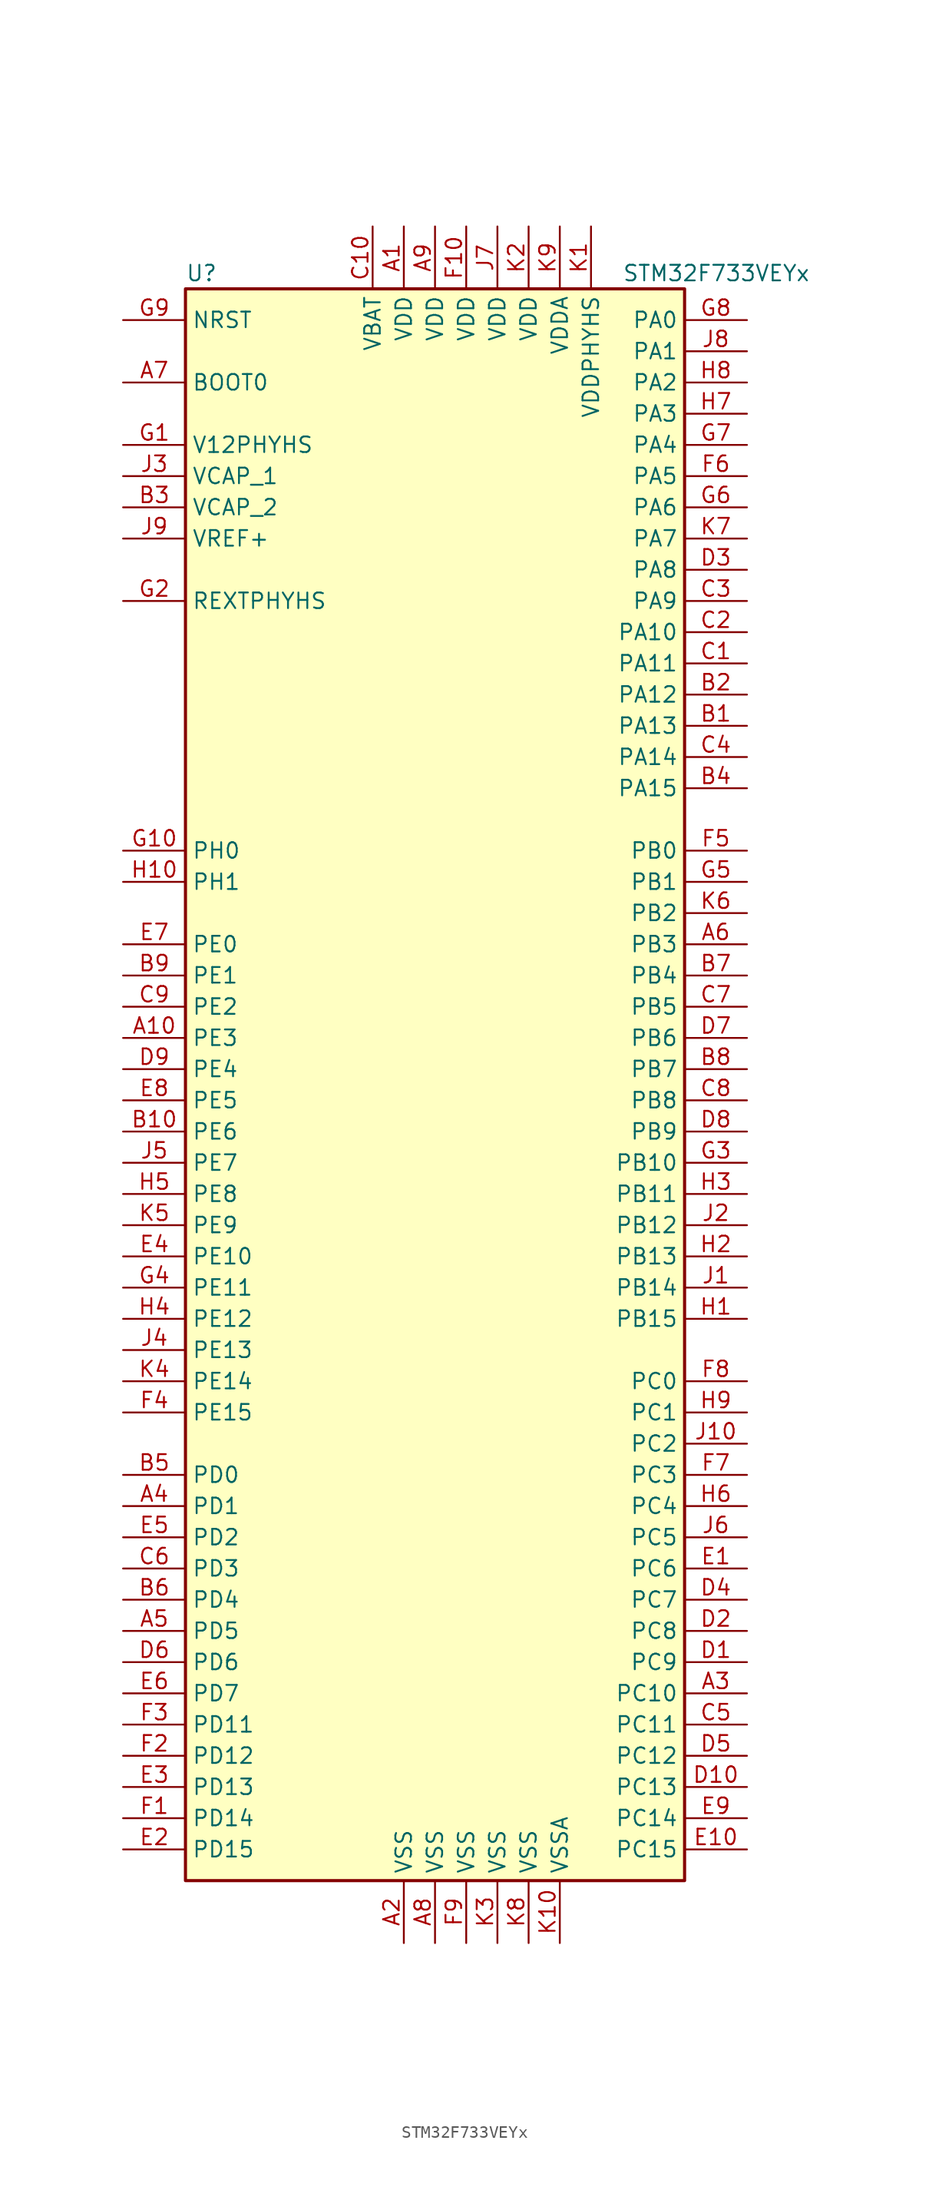
<source format=kicad_sym>
(kicad_symbol_lib
  (version 20211014)
  (generator kicad_symbol_editor)
  (symbol "STM32F733VEYx"
    (property "Reference" "U"
      (at -20.32 64.77 0)
      (effects (font (size 1.27 1.27)) (justify left)))
    (property "Value" "STM32F733VEYx"
      (at 15.24 64.77 0)
      (effects (font (size 1.27 1.27)) (justify left)))
    (symbol "STM32F733VEYx_0_1"
      (rectangle (start -20.32 -66.04) (end 20.32 63.5) (stroke (width 0.254) (type default) (color 0 0 0 0)) (fill (type background))))
    (symbol "STM32F733VEYx_1_1"
      (pin power_in line (at -2.54 68.58 270) (length 5.08) (name "VDD" (effects (font (size 1.27 1.27)))) (number "A1" (effects (font (size 1.27 1.27)))))
      (pin bidirectional line (at -25.4 2.54 0) (length 5.08) (name "PE3" (effects (font (size 1.27 1.27)))) (number "A10" (effects (font (size 1.27 1.27)))))
      (pin power_in line (at -2.54 -71.12 90) (length 5.08) (name "VSS" (effects (font (size 1.27 1.27)))) (number "A2" (effects (font (size 1.27 1.27)))))
      (pin bidirectional line (at 25.4 -50.8 180) (length 5.08) (name "PC10" (effects (font (size 1.27 1.27)))) (number "A3" (effects (font (size 1.27 1.27)))))
      (pin bidirectional line (at -25.4 -35.56 0) (length 5.08) (name "PD1" (effects (font (size 1.27 1.27)))) (number "A4" (effects (font (size 1.27 1.27)))))
      (pin bidirectional line (at -25.4 -45.72 0) (length 5.08) (name "PD5" (effects (font (size 1.27 1.27)))) (number "A5" (effects (font (size 1.27 1.27)))))
      (pin bidirectional line (at 25.4 10.16 180) (length 5.08) (name "PB3" (effects (font (size 1.27 1.27)))) (number "A6" (effects (font (size 1.27 1.27)))))
      (pin input line (at -25.4 55.88 0) (length 5.08) (name "BOOT0" (effects (font (size 1.27 1.27)))) (number "A7" (effects (font (size 1.27 1.27)))))
      (pin power_in line (at 0 -71.12 90) (length 5.08) (name "VSS" (effects (font (size 1.27 1.27)))) (number "A8" (effects (font (size 1.27 1.27)))))
      (pin power_in line (at 0 68.58 270) (length 5.08) (name "VDD" (effects (font (size 1.27 1.27)))) (number "A9" (effects (font (size 1.27 1.27)))))
      (pin bidirectional line (at 25.4 27.94 180) (length 5.08) (name "PA13" (effects (font (size 1.27 1.27)))) (number "B1" (effects (font (size 1.27 1.27)))))
      (pin bidirectional line (at -25.4 -5.08 0) (length 5.08) (name "PE6" (effects (font (size 1.27 1.27)))) (number "B10" (effects (font (size 1.27 1.27)))))
      (pin bidirectional line (at 25.4 30.48 180) (length 5.08) (name "PA12" (effects (font (size 1.27 1.27)))) (number "B2" (effects (font (size 1.27 1.27)))))
      (pin power_in line (at -25.4 45.72 0) (length 5.08) (name "VCAP_2" (effects (font (size 1.27 1.27)))) (number "B3" (effects (font (size 1.27 1.27)))))
      (pin bidirectional line (at 25.4 22.86 180) (length 5.08) (name "PA15" (effects (font (size 1.27 1.27)))) (number "B4" (effects (font (size 1.27 1.27)))))
      (pin bidirectional line (at -25.4 -33.02 0) (length 5.08) (name "PD0" (effects (font (size 1.27 1.27)))) (number "B5" (effects (font (size 1.27 1.27)))))
      (pin bidirectional line (at -25.4 -43.18 0) (length 5.08) (name "PD4" (effects (font (size 1.27 1.27)))) (number "B6" (effects (font (size 1.27 1.27)))))
      (pin bidirectional line (at 25.4 7.62 180) (length 5.08) (name "PB4" (effects (font (size 1.27 1.27)))) (number "B7" (effects (font (size 1.27 1.27)))))
      (pin bidirectional line (at 25.4 0 180) (length 5.08) (name "PB7" (effects (font (size 1.27 1.27)))) (number "B8" (effects (font (size 1.27 1.27)))))
      (pin bidirectional line (at -25.4 7.62 0) (length 5.08) (name "PE1" (effects (font (size 1.27 1.27)))) (number "B9" (effects (font (size 1.27 1.27)))))
      (pin bidirectional line (at 25.4 33.02 180) (length 5.08) (name "PA11" (effects (font (size 1.27 1.27)))) (number "C1" (effects (font (size 1.27 1.27)))))
      (pin power_in line (at -5.08 68.58 270) (length 5.08) (name "VBAT" (effects (font (size 1.27 1.27)))) (number "C10" (effects (font (size 1.27 1.27)))))
      (pin bidirectional line (at 25.4 35.56 180) (length 5.08) (name "PA10" (effects (font (size 1.27 1.27)))) (number "C2" (effects (font (size 1.27 1.27)))))
      (pin bidirectional line (at 25.4 38.1 180) (length 5.08) (name "PA9" (effects (font (size 1.27 1.27)))) (number "C3" (effects (font (size 1.27 1.27)))))
      (pin bidirectional line (at 25.4 25.4 180) (length 5.08) (name "PA14" (effects (font (size 1.27 1.27)))) (number "C4" (effects (font (size 1.27 1.27)))))
      (pin bidirectional line (at 25.4 -53.34 180) (length 5.08) (name "PC11" (effects (font (size 1.27 1.27)))) (number "C5" (effects (font (size 1.27 1.27)))))
      (pin bidirectional line (at -25.4 -40.64 0) (length 5.08) (name "PD3" (effects (font (size 1.27 1.27)))) (number "C6" (effects (font (size 1.27 1.27)))))
      (pin bidirectional line (at 25.4 5.08 180) (length 5.08) (name "PB5" (effects (font (size 1.27 1.27)))) (number "C7" (effects (font (size 1.27 1.27)))))
      (pin bidirectional line (at 25.4 -2.54 180) (length 5.08) (name "PB8" (effects (font (size 1.27 1.27)))) (number "C8" (effects (font (size 1.27 1.27)))))
      (pin bidirectional line (at -25.4 5.08 0) (length 5.08) (name "PE2" (effects (font (size 1.27 1.27)))) (number "C9" (effects (font (size 1.27 1.27)))))
      (pin bidirectional line (at 25.4 -48.26 180) (length 5.08) (name "PC9" (effects (font (size 1.27 1.27)))) (number "D1" (effects (font (size 1.27 1.27)))))
      (pin bidirectional line (at 25.4 -58.42 180) (length 5.08) (name "PC13" (effects (font (size 1.27 1.27)))) (number "D10" (effects (font (size 1.27 1.27)))))
      (pin bidirectional line (at 25.4 -45.72 180) (length 5.08) (name "PC8" (effects (font (size 1.27 1.27)))) (number "D2" (effects (font (size 1.27 1.27)))))
      (pin bidirectional line (at 25.4 40.64 180) (length 5.08) (name "PA8" (effects (font (size 1.27 1.27)))) (number "D3" (effects (font (size 1.27 1.27)))))
      (pin bidirectional line (at 25.4 -43.18 180) (length 5.08) (name "PC7" (effects (font (size 1.27 1.27)))) (number "D4" (effects (font (size 1.27 1.27)))))
      (pin bidirectional line (at 25.4 -55.88 180) (length 5.08) (name "PC12" (effects (font (size 1.27 1.27)))) (number "D5" (effects (font (size 1.27 1.27)))))
      (pin bidirectional line (at -25.4 -48.26 0) (length 5.08) (name "PD6" (effects (font (size 1.27 1.27)))) (number "D6" (effects (font (size 1.27 1.27)))))
      (pin bidirectional line (at 25.4 2.54 180) (length 5.08) (name "PB6" (effects (font (size 1.27 1.27)))) (number "D7" (effects (font (size 1.27 1.27)))))
      (pin bidirectional line (at 25.4 -5.08 180) (length 5.08) (name "PB9" (effects (font (size 1.27 1.27)))) (number "D8" (effects (font (size 1.27 1.27)))))
      (pin bidirectional line (at -25.4 0 0) (length 5.08) (name "PE4" (effects (font (size 1.27 1.27)))) (number "D9" (effects (font (size 1.27 1.27)))))
      (pin bidirectional line (at 25.4 -40.64 180) (length 5.08) (name "PC6" (effects (font (size 1.27 1.27)))) (number "E1" (effects (font (size 1.27 1.27)))))
      (pin bidirectional line (at 25.4 -63.5 180) (length 5.08) (name "PC15" (effects (font (size 1.27 1.27)))) (number "E10" (effects (font (size 1.27 1.27)))))
      (pin bidirectional line (at -25.4 -63.5 0) (length 5.08) (name "PD15" (effects (font (size 1.27 1.27)))) (number "E2" (effects (font (size 1.27 1.27)))))
      (pin bidirectional line (at -25.4 -58.42 0) (length 5.08) (name "PD13" (effects (font (size 1.27 1.27)))) (number "E3" (effects (font (size 1.27 1.27)))))
      (pin bidirectional line (at -25.4 -15.24 0) (length 5.08) (name "PE10" (effects (font (size 1.27 1.27)))) (number "E4" (effects (font (size 1.27 1.27)))))
      (pin bidirectional line (at -25.4 -38.1 0) (length 5.08) (name "PD2" (effects (font (size 1.27 1.27)))) (number "E5" (effects (font (size 1.27 1.27)))))
      (pin bidirectional line (at -25.4 -50.8 0) (length 5.08) (name "PD7" (effects (font (size 1.27 1.27)))) (number "E6" (effects (font (size 1.27 1.27)))))
      (pin bidirectional line (at -25.4 10.16 0) (length 5.08) (name "PE0" (effects (font (size 1.27 1.27)))) (number "E7" (effects (font (size 1.27 1.27)))))
      (pin bidirectional line (at -25.4 -2.54 0) (length 5.08) (name "PE5" (effects (font (size 1.27 1.27)))) (number "E8" (effects (font (size 1.27 1.27)))))
      (pin bidirectional line (at 25.4 -60.96 180) (length 5.08) (name "PC14" (effects (font (size 1.27 1.27)))) (number "E9" (effects (font (size 1.27 1.27)))))
      (pin bidirectional line (at -25.4 -60.96 0) (length 5.08) (name "PD14" (effects (font (size 1.27 1.27)))) (number "F1" (effects (font (size 1.27 1.27)))))
      (pin power_in line (at 2.54 68.58 270) (length 5.08) (name "VDD" (effects (font (size 1.27 1.27)))) (number "F10" (effects (font (size 1.27 1.27)))))
      (pin bidirectional line (at -25.4 -55.88 0) (length 5.08) (name "PD12" (effects (font (size 1.27 1.27)))) (number "F2" (effects (font (size 1.27 1.27)))))
      (pin bidirectional line (at -25.4 -53.34 0) (length 5.08) (name "PD11" (effects (font (size 1.27 1.27)))) (number "F3" (effects (font (size 1.27 1.27)))))
      (pin bidirectional line (at -25.4 -27.94 0) (length 5.08) (name "PE15" (effects (font (size 1.27 1.27)))) (number "F4" (effects (font (size 1.27 1.27)))))
      (pin bidirectional line (at 25.4 17.78 180) (length 5.08) (name "PB0" (effects (font (size 1.27 1.27)))) (number "F5" (effects (font (size 1.27 1.27)))))
      (pin bidirectional line (at 25.4 48.26 180) (length 5.08) (name "PA5" (effects (font (size 1.27 1.27)))) (number "F6" (effects (font (size 1.27 1.27)))))
      (pin bidirectional line (at 25.4 -33.02 180) (length 5.08) (name "PC3" (effects (font (size 1.27 1.27)))) (number "F7" (effects (font (size 1.27 1.27)))))
      (pin bidirectional line (at 25.4 -25.4 180) (length 5.08) (name "PC0" (effects (font (size 1.27 1.27)))) (number "F8" (effects (font (size 1.27 1.27)))))
      (pin power_in line (at 2.54 -71.12 90) (length 5.08) (name "VSS" (effects (font (size 1.27 1.27)))) (number "F9" (effects (font (size 1.27 1.27)))))
      (pin power_in line (at -25.4 50.8 0) (length 5.08) (name "V12PHYHS" (effects (font (size 1.27 1.27)))) (number "G1" (effects (font (size 1.27 1.27)))))
      (pin input line (at -25.4 17.78 0) (length 5.08) (name "PH0" (effects (font (size 1.27 1.27)))) (number "G10" (effects (font (size 1.27 1.27)))))
      (pin bidirectional line (at -25.4 38.1 0) (length 5.08) (name "REXTPHYHS" (effects (font (size 1.27 1.27)))) (number "G2" (effects (font (size 1.27 1.27)))))
      (pin bidirectional line (at 25.4 -7.62 180) (length 5.08) (name "PB10" (effects (font (size 1.27 1.27)))) (number "G3" (effects (font (size 1.27 1.27)))))
      (pin bidirectional line (at -25.4 -17.78 0) (length 5.08) (name "PE11" (effects (font (size 1.27 1.27)))) (number "G4" (effects (font (size 1.27 1.27)))))
      (pin bidirectional line (at 25.4 15.24 180) (length 5.08) (name "PB1" (effects (font (size 1.27 1.27)))) (number "G5" (effects (font (size 1.27 1.27)))))
      (pin bidirectional line (at 25.4 45.72 180) (length 5.08) (name "PA6" (effects (font (size 1.27 1.27)))) (number "G6" (effects (font (size 1.27 1.27)))))
      (pin bidirectional line (at 25.4 50.8 180) (length 5.08) (name "PA4" (effects (font (size 1.27 1.27)))) (number "G7" (effects (font (size 1.27 1.27)))))
      (pin bidirectional line (at 25.4 60.96 180) (length 5.08) (name "PA0" (effects (font (size 1.27 1.27)))) (number "G8" (effects (font (size 1.27 1.27)))))
      (pin input line (at -25.4 60.96 0) (length 5.08) (name "NRST" (effects (font (size 1.27 1.27)))) (number "G9" (effects (font (size 1.27 1.27)))))
      (pin bidirectional line (at 25.4 -20.32 180) (length 5.08) (name "PB15" (effects (font (size 1.27 1.27)))) (number "H1" (effects (font (size 1.27 1.27)))))
      (pin input line (at -25.4 15.24 0) (length 5.08) (name "PH1" (effects (font (size 1.27 1.27)))) (number "H10" (effects (font (size 1.27 1.27)))))
      (pin bidirectional line (at 25.4 -15.24 180) (length 5.08) (name "PB13" (effects (font (size 1.27 1.27)))) (number "H2" (effects (font (size 1.27 1.27)))))
      (pin bidirectional line (at 25.4 -10.16 180) (length 5.08) (name "PB11" (effects (font (size 1.27 1.27)))) (number "H3" (effects (font (size 1.27 1.27)))))
      (pin bidirectional line (at -25.4 -20.32 0) (length 5.08) (name "PE12" (effects (font (size 1.27 1.27)))) (number "H4" (effects (font (size 1.27 1.27)))))
      (pin bidirectional line (at -25.4 -10.16 0) (length 5.08) (name "PE8" (effects (font (size 1.27 1.27)))) (number "H5" (effects (font (size 1.27 1.27)))))
      (pin bidirectional line (at 25.4 -35.56 180) (length 5.08) (name "PC4" (effects (font (size 1.27 1.27)))) (number "H6" (effects (font (size 1.27 1.27)))))
      (pin bidirectional line (at 25.4 53.34 180) (length 5.08) (name "PA3" (effects (font (size 1.27 1.27)))) (number "H7" (effects (font (size 1.27 1.27)))))
      (pin bidirectional line (at 25.4 55.88 180) (length 5.08) (name "PA2" (effects (font (size 1.27 1.27)))) (number "H8" (effects (font (size 1.27 1.27)))))
      (pin bidirectional line (at 25.4 -27.94 180) (length 5.08) (name "PC1" (effects (font (size 1.27 1.27)))) (number "H9" (effects (font (size 1.27 1.27)))))
      (pin bidirectional line (at 25.4 -17.78 180) (length 5.08) (name "PB14" (effects (font (size 1.27 1.27)))) (number "J1" (effects (font (size 1.27 1.27)))))
      (pin bidirectional line (at 25.4 -30.48 180) (length 5.08) (name "PC2" (effects (font (size 1.27 1.27)))) (number "J10" (effects (font (size 1.27 1.27)))))
      (pin bidirectional line (at 25.4 -12.7 180) (length 5.08) (name "PB12" (effects (font (size 1.27 1.27)))) (number "J2" (effects (font (size 1.27 1.27)))))
      (pin power_in line (at -25.4 48.26 0) (length 5.08) (name "VCAP_1" (effects (font (size 1.27 1.27)))) (number "J3" (effects (font (size 1.27 1.27)))))
      (pin bidirectional line (at -25.4 -22.86 0) (length 5.08) (name "PE13" (effects (font (size 1.27 1.27)))) (number "J4" (effects (font (size 1.27 1.27)))))
      (pin bidirectional line (at -25.4 -7.62 0) (length 5.08) (name "PE7" (effects (font (size 1.27 1.27)))) (number "J5" (effects (font (size 1.27 1.27)))))
      (pin bidirectional line (at 25.4 -38.1 180) (length 5.08) (name "PC5" (effects (font (size 1.27 1.27)))) (number "J6" (effects (font (size 1.27 1.27)))))
      (pin power_in line (at 5.08 68.58 270) (length 5.08) (name "VDD" (effects (font (size 1.27 1.27)))) (number "J7" (effects (font (size 1.27 1.27)))))
      (pin bidirectional line (at 25.4 58.42 180) (length 5.08) (name "PA1" (effects (font (size 1.27 1.27)))) (number "J8" (effects (font (size 1.27 1.27)))))
      (pin power_in line (at -25.4 43.18 0) (length 5.08) (name "VREF+" (effects (font (size 1.27 1.27)))) (number "J9" (effects (font (size 1.27 1.27)))))
      (pin power_in line (at 12.7 68.58 270) (length 5.08) (name "VDDPHYHS" (effects (font (size 1.27 1.27)))) (number "K1" (effects (font (size 1.27 1.27)))))
      (pin power_in line (at 10.16 -71.12 90) (length 5.08) (name "VSSA" (effects (font (size 1.27 1.27)))) (number "K10" (effects (font (size 1.27 1.27)))))
      (pin power_in line (at 7.62 68.58 270) (length 5.08) (name "VDD" (effects (font (size 1.27 1.27)))) (number "K2" (effects (font (size 1.27 1.27)))))
      (pin power_in line (at 5.08 -71.12 90) (length 5.08) (name "VSS" (effects (font (size 1.27 1.27)))) (number "K3" (effects (font (size 1.27 1.27)))))
      (pin bidirectional line (at -25.4 -25.4 0) (length 5.08) (name "PE14" (effects (font (size 1.27 1.27)))) (number "K4" (effects (font (size 1.27 1.27)))))
      (pin bidirectional line (at -25.4 -12.7 0) (length 5.08) (name "PE9" (effects (font (size 1.27 1.27)))) (number "K5" (effects (font (size 1.27 1.27)))))
      (pin bidirectional line (at 25.4 12.7 180) (length 5.08) (name "PB2" (effects (font (size 1.27 1.27)))) (number "K6" (effects (font (size 1.27 1.27)))))
      (pin bidirectional line (at 25.4 43.18 180) (length 5.08) (name "PA7" (effects (font (size 1.27 1.27)))) (number "K7" (effects (font (size 1.27 1.27)))))
      (pin power_in line (at 7.62 -71.12 90) (length 5.08) (name "VSS" (effects (font (size 1.27 1.27)))) (number "K8" (effects (font (size 1.27 1.27)))))
      (pin power_in line (at 10.16 68.58 270) (length 5.08) (name "VDDA" (effects (font (size 1.27 1.27)))) (number "K9" (effects (font (size 1.27 1.27))))))))
</source>
